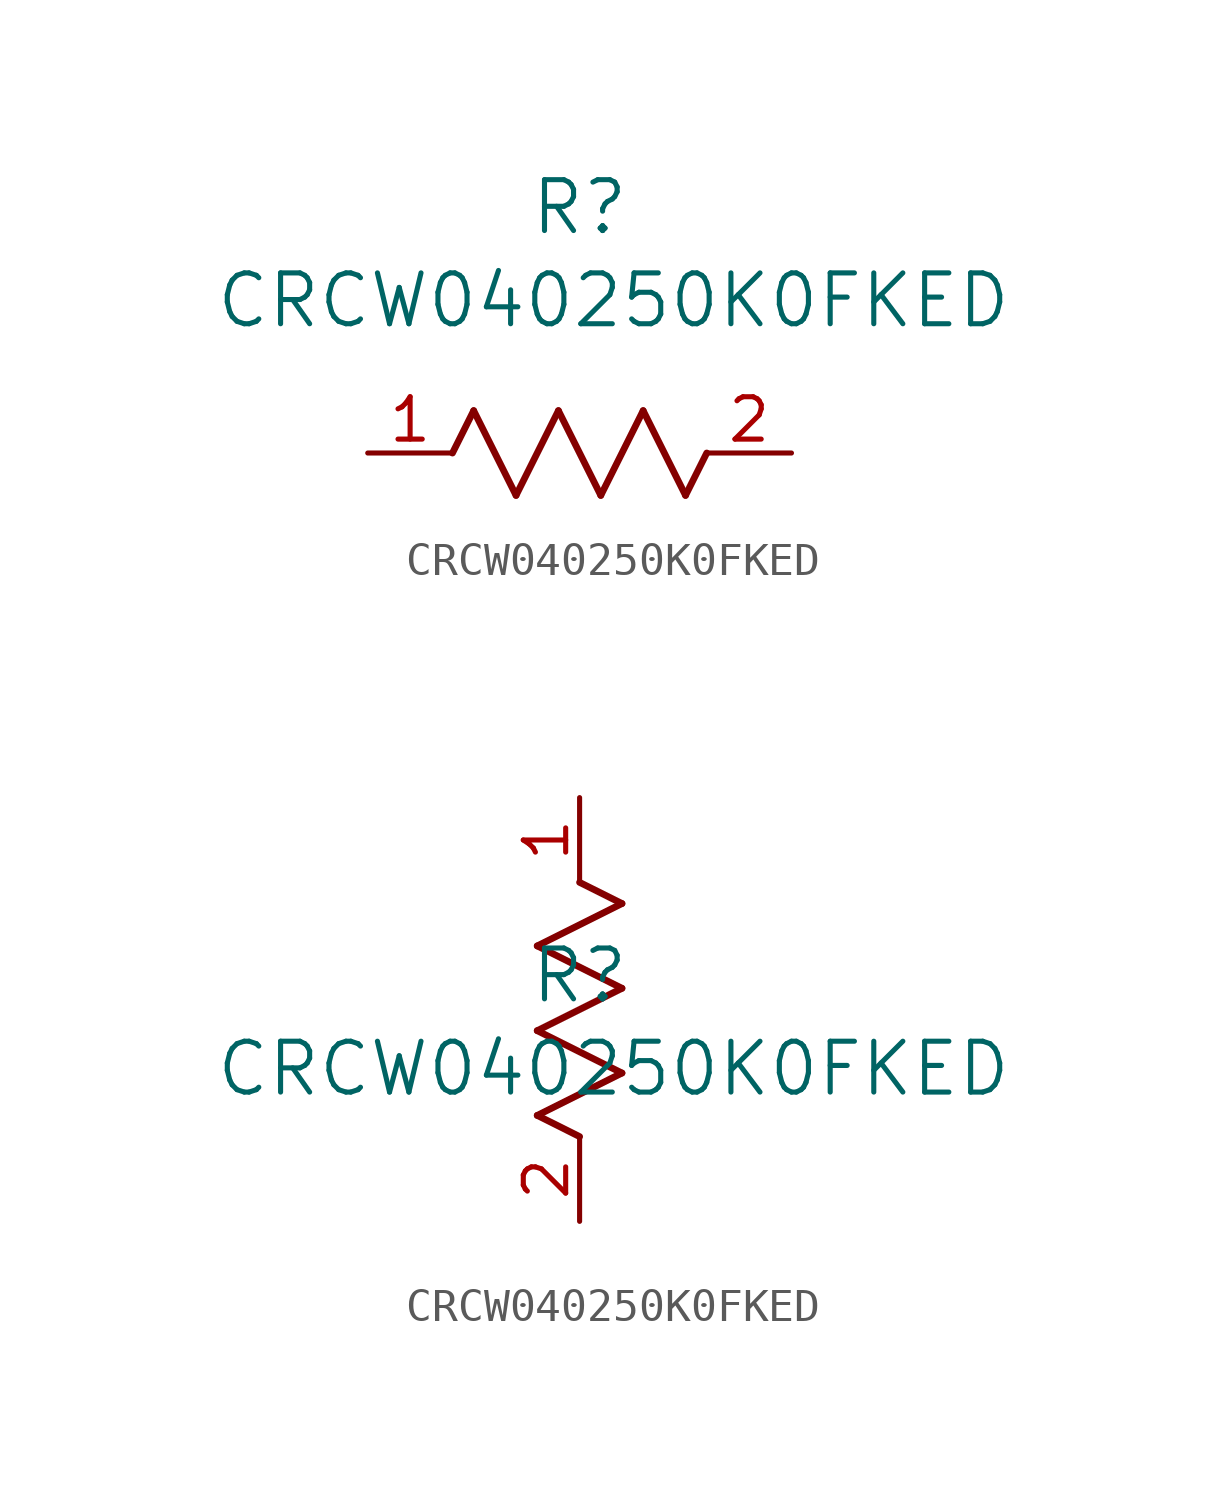
<source format=kicad_sym>
(kicad_symbol_lib
  (version 20241209)
  (generator "kicad_symbol_editor")
  (generator_version "9.0")
  (symbol "CRCW040250K0FKED"
    (pin_names
      (offset 0.254))
    (property "Reference" "R"
      (at 0 7.366 0)
      (effects (font (size 1.524 1.524))))
    (property "Value" "CRCW040250K0FKED"
      (at 1.016 4.572 0)
      (effects (font (size 1.524 1.524))))
    (property "ki_locked" ""
      (at 0 0 0)
      (effects (font (size 1.27 1.27))))
    (symbol "CRCW040250K0FKED_1_1"
      (polyline (pts (xy -3.81 0) (xy -3.175 1.27)) (stroke (width 0.203) (type default)) (fill (type none)))
      (polyline (pts (xy -3.175 1.27) (xy -1.905 -1.27)) (stroke (width 0.203) (type default)) (fill (type none)))
      (polyline (pts (xy -1.905 -1.27) (xy -0.635 1.27)) (stroke (width 0.203) (type default)) (fill (type none)))
      (polyline (pts (xy -0.635 1.27) (xy 0.635 -1.27)) (stroke (width 0.203) (type default)) (fill (type none)))
      (polyline (pts (xy 0.635 -1.27) (xy 1.905 1.27)) (stroke (width 0.203) (type default)) (fill (type none)))
      (polyline (pts (xy 1.905 1.27) (xy 3.175 -1.27)) (stroke (width 0.203) (type default)) (fill (type none)))
      (polyline (pts (xy 3.175 -1.27) (xy 3.81 0)) (stroke (width 0.203) (type default)) (fill (type none)))
      (pin unspecified line (at -6.35 0 0) (length 2.54) (name "" (effects (font (size 1.27 1.27)))) (number "1" (effects (font (size 1.27 1.27)))))
      (pin unspecified line (at 6.35 0 180) (length 2.54) (name "" (effects (font (size 1.27 1.27)))) (number "2" (effects (font (size 1.27 1.27))))))
    (symbol "CRCW040250K0FKED_1_2"
      (polyline (pts (xy -1.27 8.255) (xy 1.27 9.525)) (stroke (width 0.203) (type default)) (fill (type none)))
      (polyline (pts (xy -1.27 5.715) (xy 1.27 6.985)) (stroke (width 0.203) (type default)) (fill (type none)))
      (polyline (pts (xy -1.27 3.175) (xy 1.27 4.445)) (stroke (width 0.203) (type default)) (fill (type none)))
      (polyline (pts (xy 0 2.54) (xy -1.27 3.175)) (stroke (width 0.203) (type default)) (fill (type none)))
      (polyline (pts (xy 1.27 9.525) (xy 0 10.16)) (stroke (width 0.203) (type default)) (fill (type none)))
      (polyline (pts (xy 1.27 6.985) (xy -1.27 8.255)) (stroke (width 0.203) (type default)) (fill (type none)))
      (polyline (pts (xy 1.27 4.445) (xy -1.27 5.715)) (stroke (width 0.203) (type default)) (fill (type none)))
      (pin unspecified line (at 0 12.7 270) (length 2.54) (name "" (effects (font (size 1.27 1.27)))) (number "1" (effects (font (size 1.27 1.27)))))
      (pin unspecified line (at 0 0 90) (length 2.54) (name "" (effects (font (size 1.27 1.27)))) (number "2" (effects (font (size 1.27 1.27))))))))
</source>
